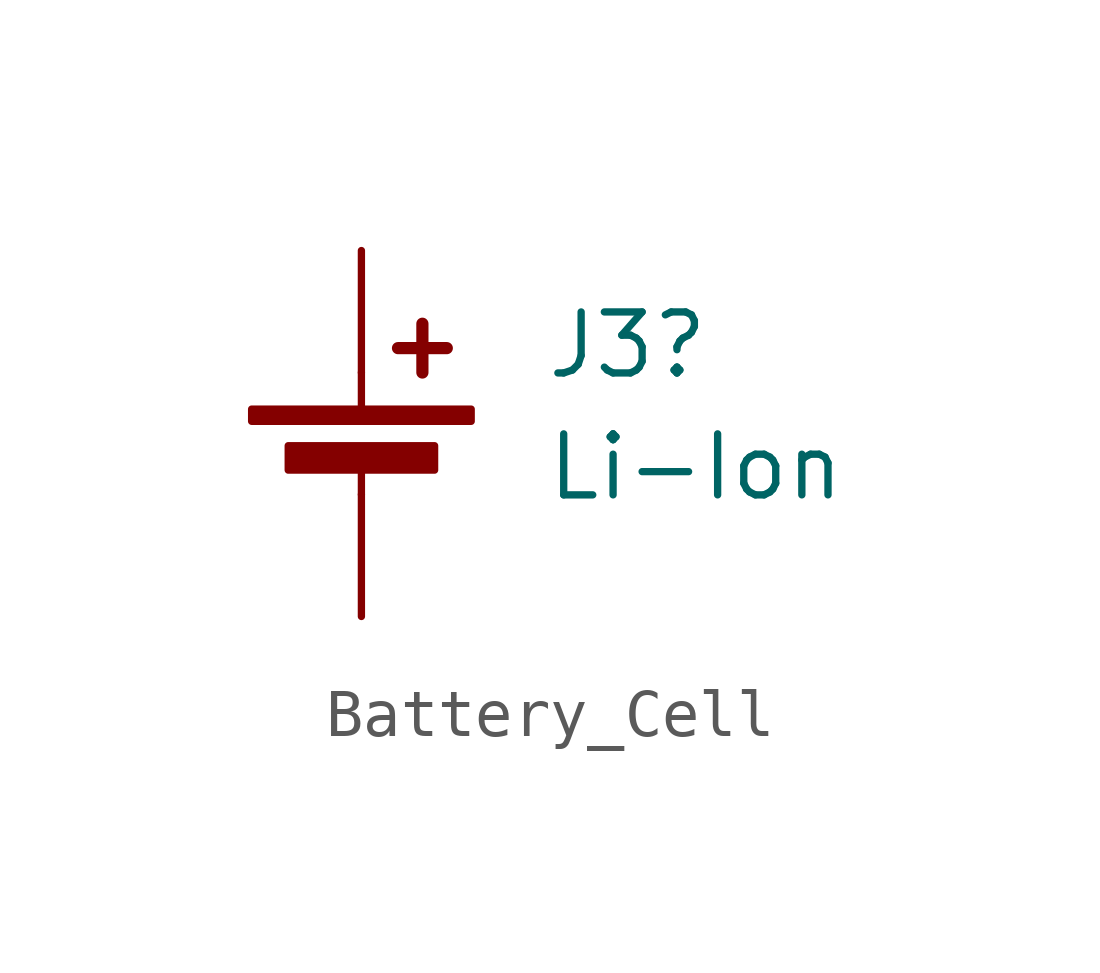
<source format=kicad_sym>
(kicad_symbol_lib
  (version 20220914)
  (generator kicad_symbol_editor)
  (symbol "Battery_Cell"
    (pin_numbers hide)
    (pin_names
      (offset 0) hide)
    (property "Reference" "J3"
      (at 3.81 3.111 0)
      (effects (font (size 1.27 1.27)) (justify left)))
    (property "Value" "Li-Ion"
      (at 3.81 0.572 0)
      (effects (font (size 1.27 1.27)) (justify left)))
    (symbol "Battery_Cell_0_1"
      (rectangle (start -2.286 1.778) (end 2.286 1.524) (stroke (width 0) (type default)) (fill (type outline)))
      (rectangle (start -1.524 1.016) (end 1.524 0.508) (stroke (width 0) (type default)) (fill (type outline)))
      (polyline (pts (xy 0 0.762) (xy 0 0)) (stroke (width 0) (type default)) (fill (type none)))
      (polyline (pts (xy 0 1.778) (xy 0 2.54)) (stroke (width 0) (type default)) (fill (type none)))
      (polyline (pts (xy 0.762 3.048) (xy 1.778 3.048)) (stroke (width 0.254) (type default)) (fill (type none)))
      (polyline (pts (xy 1.27 3.556) (xy 1.27 2.54)) (stroke (width 0.254) (type default)) (fill (type none))))
    (symbol "Battery_Cell_1_1"
      (pin passive line (at 0 -2.54 90) (length 2.54) (name "-" (effects (font (size 1.27 1.27)))) (number "1" (effects (font (size 1.27 1.27)))))
      (pin passive line (at 0 5.08 270) (length 2.54) (name "+" (effects (font (size 1.27 1.27)))) (number "2" (effects (font (size 1.27 1.27))))))))
</source>
